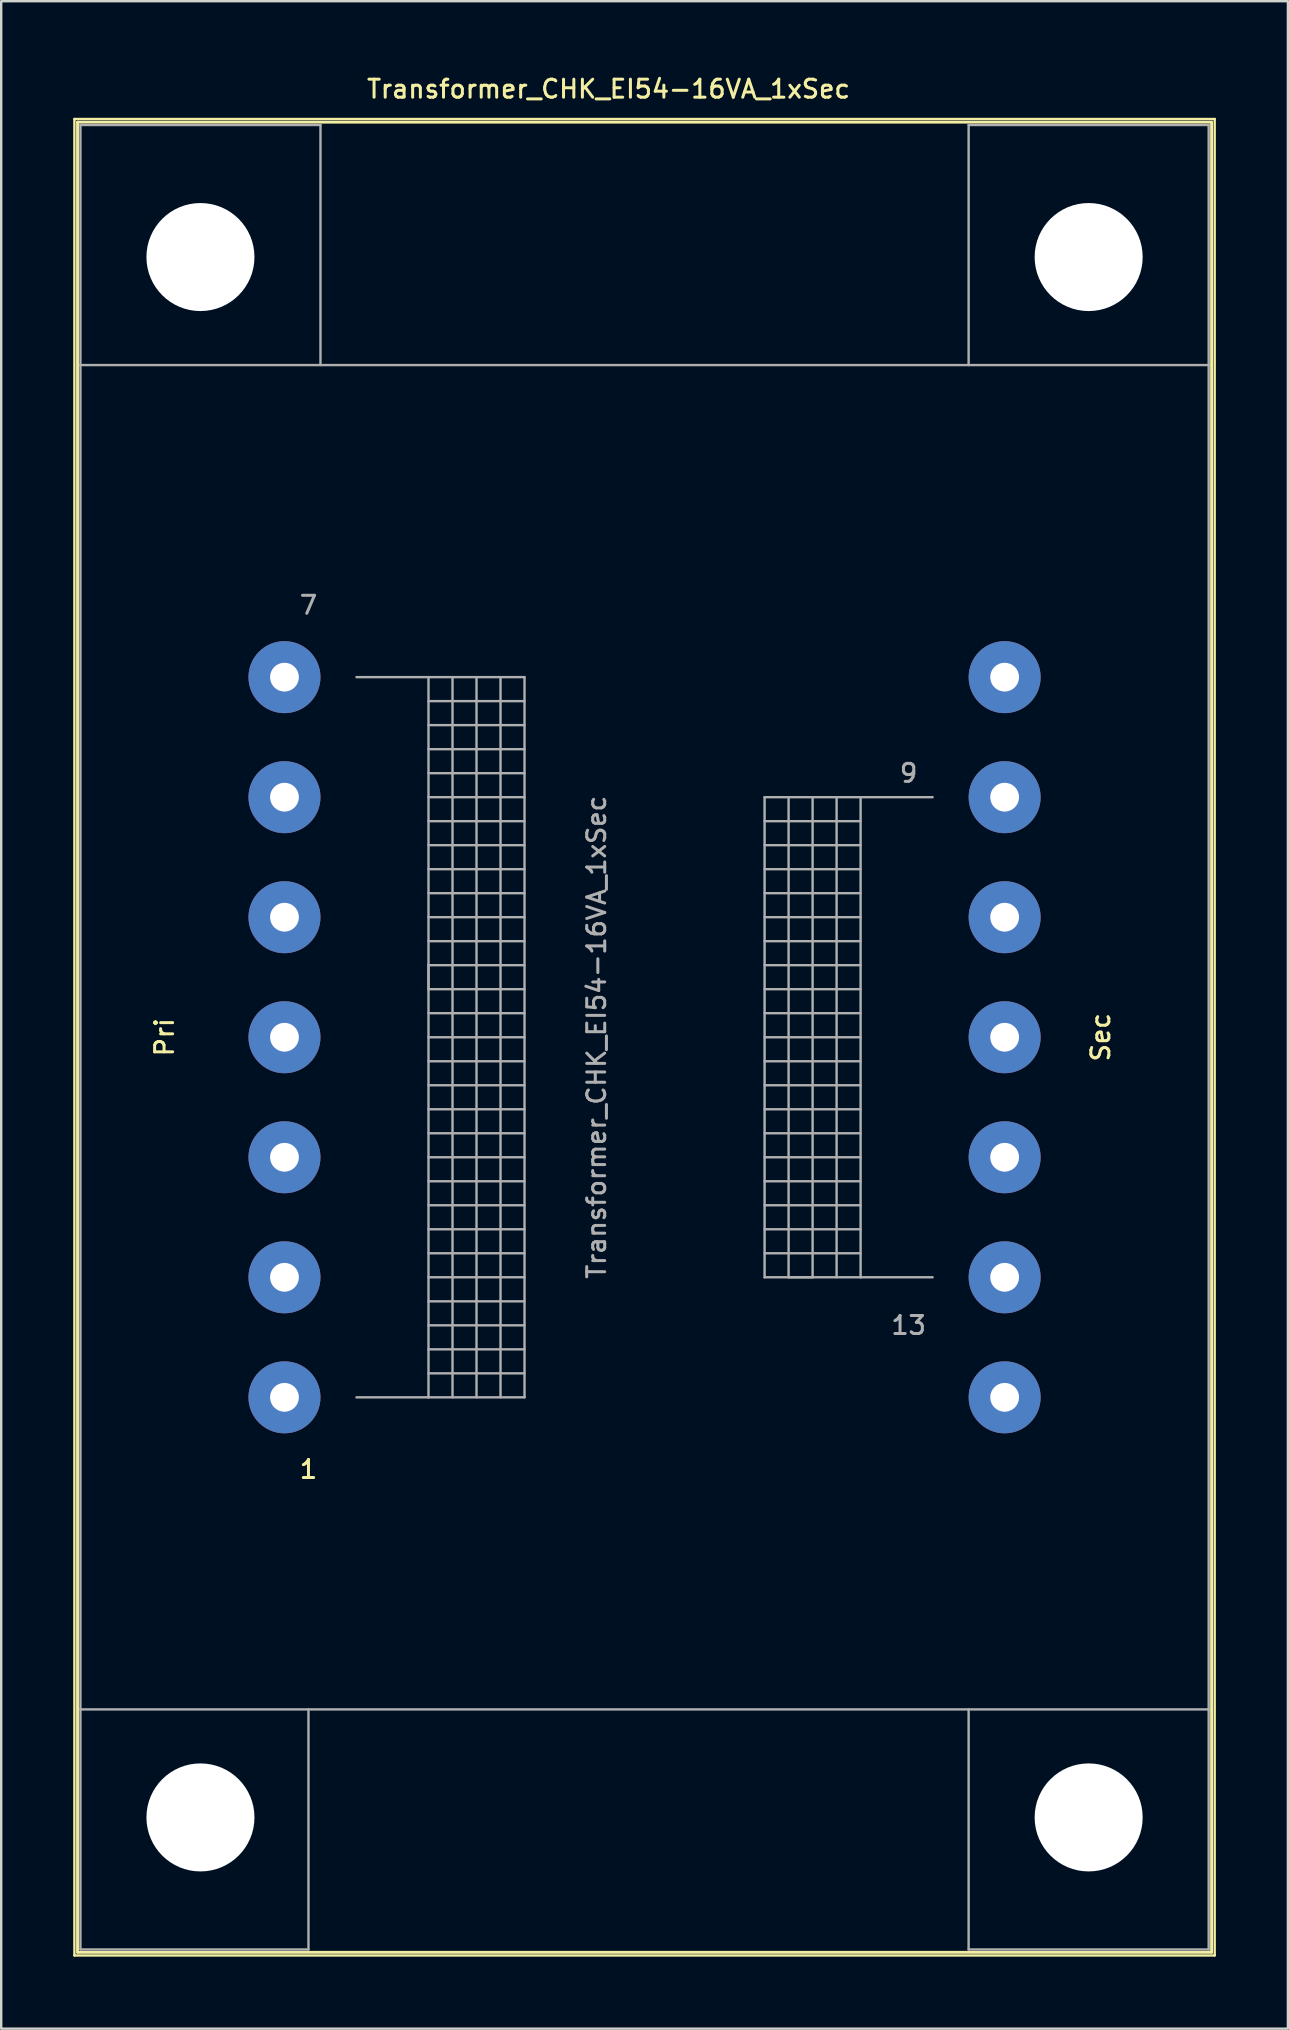
<source format=kicad_pcb>
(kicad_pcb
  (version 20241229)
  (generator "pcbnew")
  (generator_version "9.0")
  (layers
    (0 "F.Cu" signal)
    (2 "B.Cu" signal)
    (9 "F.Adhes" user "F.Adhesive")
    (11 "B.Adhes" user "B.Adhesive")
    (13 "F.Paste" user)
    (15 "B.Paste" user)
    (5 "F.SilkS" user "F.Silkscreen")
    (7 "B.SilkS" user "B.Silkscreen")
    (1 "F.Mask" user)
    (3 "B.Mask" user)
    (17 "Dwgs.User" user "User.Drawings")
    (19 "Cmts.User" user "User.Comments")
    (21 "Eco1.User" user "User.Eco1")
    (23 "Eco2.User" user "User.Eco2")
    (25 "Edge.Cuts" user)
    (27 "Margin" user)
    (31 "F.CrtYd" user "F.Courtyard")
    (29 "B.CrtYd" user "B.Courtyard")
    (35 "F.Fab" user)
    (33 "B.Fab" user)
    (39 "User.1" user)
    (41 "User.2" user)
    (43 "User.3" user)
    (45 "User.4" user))
  (footprint "Transformer_CHK_EI54-16VA_1xSec"
    (layer "F.Cu")
    (at 8.8 55.158)
    (property "Reference" "Transformer_CHK_EI54-16VA_1xSec" (at 13.5 -54.5 0) (layer "F.SilkS") (effects (font (size 0.75 0.75) (thickness 0.125))))
    (attr through_hole)
    (fp_line (start -8.75 -53.25) (end -8.75 23.25) (stroke (width 0.1) (type solid)) (layer "F.SilkS"))
    (fp_line (start -8.75 -53.25) (end 38.75 -53.25) (stroke (width 0.1) (type solid)) (layer "F.SilkS"))
    (fp_line (start -8.62 -53.12) (end -8.62 23.12) (stroke (width 0.12) (type solid)) (layer "F.SilkS"))
    (fp_line (start -8.62 -53.12) (end 38.62 -53.12) (stroke (width 0.12) (type solid)) (layer "F.SilkS"))
    (fp_line (start 38.62 23.12) (end -8.62 23.12) (stroke (width 0.12) (type solid)) (layer "F.SilkS"))
    (fp_line (start 38.62 23.12) (end 38.62 -53.12) (stroke (width 0.12) (type solid)) (layer "F.SilkS"))
    (fp_line (start 38.75 23.25) (end -8.75 23.25) (stroke (width 0.1) (type solid)) (layer "F.SilkS"))
    (fp_line (start 38.75 23.25) (end 38.75 -53.25) (stroke (width 0.1) (type solid)) (layer "F.SilkS"))
    (fp_line (start -8.5 -53) (end 1.5 -53) (stroke (width 0.1) (type solid)) (layer "F.Fab"))
    (fp_line (start -8.5 -43) (end -8.5 -53) (stroke (width 0.1) (type solid)) (layer "F.Fab"))
    (fp_line (start -8.5 -43) (end -8.5 13) (stroke (width 0.1) (type solid)) (layer "F.Fab"))
    (fp_line (start -8.5 13) (end -8.5 23) (stroke (width 0.1) (type solid)) (layer "F.Fab"))
    (fp_line (start -8.5 13) (end 38.5 13) (stroke (width 0.1) (type solid)) (layer "F.Fab"))
    (fp_line (start -8.5 23) (end 1 23) (stroke (width 0.1) (type solid)) (layer "F.Fab"))
    (fp_line (start 1 23) (end 1 13) (stroke (width 0.1) (type solid)) (layer "F.Fab"))
    (fp_line (start 1.5 -53) (end 1.5 -43) (stroke (width 0.1) (type solid)) (layer "F.Fab"))
    (fp_line (start 3 -30) (end 6 -30) (stroke (width 0.1) (type solid)) (layer "F.Fab"))
    (fp_line (start 6 -30) (end 6 0) (stroke (width 0.1) (type solid)) (layer "F.Fab"))
    (fp_line (start 6 -30) (end 10 -30) (stroke (width 0.1) (type solid)) (layer "F.Fab"))
    (fp_line (start 6 -29) (end 10 -29) (stroke (width 0.1) (type solid)) (layer "F.Fab"))
    (fp_line (start 6 -27) (end 10 -27) (stroke (width 0.1) (type solid)) (layer "F.Fab"))
    (fp_line (start 6 -25) (end 10 -25) (stroke (width 0.1) (type solid)) (layer "F.Fab"))
    (fp_line (start 6 -23) (end 10 -23) (stroke (width 0.1) (type solid)) (layer "F.Fab"))
    (fp_line (start 6 -21) (end 10 -21) (stroke (width 0.1) (type solid)) (layer "F.Fab"))
    (fp_line (start 6 -19) (end 10 -19) (stroke (width 0.1) (type solid)) (layer "F.Fab"))
    (fp_line (start 6 -18) (end 6 -17) (stroke (width 0.1) (type solid)) (layer "F.Fab"))
    (fp_line (start 6 -17) (end 10 -17) (stroke (width 0.1) (type solid)) (layer "F.Fab"))
    (fp_line (start 6 -15) (end 10 -15) (stroke (width 0.1) (type solid)) (layer "F.Fab"))
    (fp_line (start 6 -13) (end 10 -13) (stroke (width 0.1) (type solid)) (layer "F.Fab"))
    (fp_line (start 6 -11) (end 10 -11) (stroke (width 0.1) (type solid)) (layer "F.Fab"))
    (fp_line (start 6 -9) (end 10 -9) (stroke (width 0.1) (type solid)) (layer "F.Fab"))
    (fp_line (start 6 -7) (end 10 -7) (stroke (width 0.1) (type solid)) (layer "F.Fab"))
    (fp_line (start 6 -5) (end 10 -5) (stroke (width 0.1) (type solid)) (layer "F.Fab"))
    (fp_line (start 6 -3) (end 10 -3) (stroke (width 0.1) (type solid)) (layer "F.Fab"))
    (fp_line (start 6 -1) (end 10 -1) (stroke (width 0.1) (type solid)) (layer "F.Fab"))
    (fp_line (start 6 0) (end 3 0) (stroke (width 0.1) (type solid)) (layer "F.Fab"))
    (fp_line (start 7 0) (end 7 -30) (stroke (width 0.1) (type solid)) (layer "F.Fab"))
    (fp_line (start 8 -30) (end 8 0) (stroke (width 0.1) (type solid)) (layer "F.Fab"))
    (fp_line (start 9 0) (end 9 -30) (stroke (width 0.1) (type solid)) (layer "F.Fab"))
    (fp_line (start 10 -30) (end 10 0) (stroke (width 0.1) (type solid)) (layer "F.Fab"))
    (fp_line (start 10 -28) (end 6 -28) (stroke (width 0.1) (type solid)) (layer "F.Fab"))
    (fp_line (start 10 -26) (end 6 -26) (stroke (width 0.1) (type solid)) (layer "F.Fab"))
    (fp_line (start 10 -24) (end 6 -24) (stroke (width 0.1) (type solid)) (layer "F.Fab"))
    (fp_line (start 10 -22) (end 6 -22) (stroke (width 0.1) (type solid)) (layer "F.Fab"))
    (fp_line (start 10 -20) (end 6 -20) (stroke (width 0.1) (type solid)) (layer "F.Fab"))
    (fp_line (start 10 -18) (end 6 -18) (stroke (width 0.1) (type solid)) (layer "F.Fab"))
    (fp_line (start 10 -16) (end 6 -16) (stroke (width 0.1) (type solid)) (layer "F.Fab"))
    (fp_line (start 10 -14) (end 6 -14) (stroke (width 0.1) (type solid)) (layer "F.Fab"))
    (fp_line (start 10 -12) (end 6 -12) (stroke (width 0.1) (type solid)) (layer "F.Fab"))
    (fp_line (start 10 -10) (end 6 -10) (stroke (width 0.1) (type solid)) (layer "F.Fab"))
    (fp_line (start 10 -8) (end 6 -8) (stroke (width 0.1) (type solid)) (layer "F.Fab"))
    (fp_line (start 10 -6) (end 6 -6) (stroke (width 0.1) (type solid)) (layer "F.Fab"))
    (fp_line (start 10 -4) (end 6 -4) (stroke (width 0.1) (type solid)) (layer "F.Fab"))
    (fp_line (start 10 -2) (end 6 -2) (stroke (width 0.1) (type solid)) (layer "F.Fab"))
    (fp_line (start 10 0) (end 6 0) (stroke (width 0.1) (type solid)) (layer "F.Fab"))
    (fp_line (start 20 -25) (end 20 -5) (stroke (width 0.1) (type solid)) (layer "F.Fab"))
    (fp_line (start 20 -24) (end 24 -24) (stroke (width 0.1) (type solid)) (layer "F.Fab"))
    (fp_line (start 20 -22) (end 24 -22) (stroke (width 0.1) (type solid)) (layer "F.Fab"))
    (fp_line (start 20 -20) (end 24 -20) (stroke (width 0.1) (type solid)) (layer "F.Fab"))
    (fp_line (start 20 -18) (end 24 -18) (stroke (width 0.1) (type solid)) (layer "F.Fab"))
    (fp_line (start 20 -16) (end 24 -16) (stroke (width 0.1) (type solid)) (layer "F.Fab"))
    (fp_line (start 20 -14) (end 24 -14) (stroke (width 0.1) (type solid)) (layer "F.Fab"))
    (fp_line (start 20 -12) (end 24 -12) (stroke (width 0.1) (type solid)) (layer "F.Fab"))
    (fp_line (start 20 -10) (end 24 -10) (stroke (width 0.1) (type solid)) (layer "F.Fab"))
    (fp_line (start 20 -8) (end 24 -8) (stroke (width 0.1) (type solid)) (layer "F.Fab"))
    (fp_line (start 20 -6) (end 24 -6) (stroke (width 0.1) (type solid)) (layer "F.Fab"))
    (fp_line (start 20 -5) (end 24 -5) (stroke (width 0.1) (type solid)) (layer "F.Fab"))
    (fp_line (start 21 -5) (end 21 -25) (stroke (width 0.1) (type solid)) (layer "F.Fab"))
    (fp_line (start 22 -25) (end 22 -5) (stroke (width 0.1) (type solid)) (layer "F.Fab"))
    (fp_line (start 22 -5) (end 21 -5) (stroke (width 0.1) (type solid)) (layer "F.Fab"))
    (fp_line (start 23 -5) (end 23 -25) (stroke (width 0.1) (type solid)) (layer "F.Fab"))
    (fp_line (start 24 -25) (end 20 -25) (stroke (width 0.1) (type solid)) (layer "F.Fab"))
    (fp_line (start 24 -25) (end 24 -5) (stroke (width 0.1) (type solid)) (layer "F.Fab"))
    (fp_line (start 24 -23) (end 20 -23) (stroke (width 0.1) (type solid)) (layer "F.Fab"))
    (fp_line (start 24 -21) (end 20 -21) (stroke (width 0.1) (type solid)) (layer "F.Fab"))
    (fp_line (start 24 -19) (end 20 -19) (stroke (width 0.1) (type solid)) (layer "F.Fab"))
    (fp_line (start 24 -17) (end 20 -17) (stroke (width 0.1) (type solid)) (layer "F.Fab"))
    (fp_line (start 24 -15) (end 20 -15) (stroke (width 0.1) (type solid)) (layer "F.Fab"))
    (fp_line (start 24 -13) (end 20 -13) (stroke (width 0.1) (type solid)) (layer "F.Fab"))
    (fp_line (start 24 -11) (end 20 -11) (stroke (width 0.1) (type solid)) (layer "F.Fab"))
    (fp_line (start 24 -9) (end 20 -9) (stroke (width 0.1) (type solid)) (layer "F.Fab"))
    (fp_line (start 24 -7) (end 20 -7) (stroke (width 0.1) (type solid)) (layer "F.Fab"))
    (fp_line (start 24 -5) (end 27 -5) (stroke (width 0.1) (type solid)) (layer "F.Fab"))
    (fp_line (start 27 -25) (end 24 -25) (stroke (width 0.1) (type solid)) (layer "F.Fab"))
    (fp_line (start 28.5 -53) (end 28.5 -43) (stroke (width 0.1) (type solid)) (layer "F.Fab"))
    (fp_line (start 28.5 23) (end 28.5 13) (stroke (width 0.1) (type solid)) (layer "F.Fab"))
    (fp_line (start 38.5 -53) (end 28.5 -53) (stroke (width 0.1) (type solid)) (layer "F.Fab"))
    (fp_line (start 38.5 -43) (end -8.5 -43) (stroke (width 0.1) (type solid)) (layer "F.Fab"))
    (fp_line (start 38.5 -43) (end 38.5 -53) (stroke (width 0.1) (type solid)) (layer "F.Fab"))
    (fp_line (start 38.5 13) (end 38.5 -43) (stroke (width 0.1) (type solid)) (layer "F.Fab"))
    (fp_line (start 38.5 13) (end 38.5 23) (stroke (width 0.1) (type solid)) (layer "F.Fab"))
    (fp_line (start 38.5 23) (end 28.5 23) (stroke (width 0.1) (type solid)) (layer "F.Fab"))
    (fp_text user "1" (at 1 3 0) (layer "F.SilkS") (effects (font (size 0.75 0.75) (thickness 0.125))))
    (fp_text user "Sec" (at 34 -15 90) (layer "F.SilkS") (effects (font (size 0.75 0.75) (thickness 0.125))))
    (fp_text user "Pri" (at -5 -15 90) (layer "F.SilkS") (effects (font (size 0.75 0.75) (thickness 0.125))))
    (fp_text user "7" (at 1 -33 0) (layer "F.Fab") (effects (font (size 0.75 0.75) (thickness 0.125))))
    (fp_text user "9" (at 26 -26 0) (layer "F.Fab") (effects (font (size 0.75 0.75) (thickness 0.125))))
    (fp_text user "13" (at 26 -3 0) (layer "F.Fab") (effects (font (size 0.75 0.75) (thickness 0.125))))
    (fp_text user "${REFERENCE}" (at 13 -15 90) (layer "F.Fab") (effects (font (size 0.75 0.75) (thickness 0.125))))
    (pad "" np_thru_hole circle (at -3.5 -47.5) (size 4.5 4.5) (drill 4.5) (layers "*.Cu" "*.Mask"))
    (pad "" np_thru_hole circle (at -3.5 17.5) (size 4.5 4.5) (drill 4.5) (layers "*.Cu" "*.Mask"))
    (pad "" np_thru_hole circle (at 33.5 -47.5) (size 4.5 4.5) (drill 4.5) (layers "*.Cu" "*.Mask"))
    (pad "" np_thru_hole circle (at 33.5 17.5) (size 4.5 4.5) (drill 4.5) (layers "*.Cu" "*.Mask"))
    (pad "1" thru_hole circle (at 0 0) (size 3 3) (drill 1.2) (layers "*.Cu" "*.Mask"))
    (pad "2" thru_hole circle (at 0 -5) (size 3 3) (drill 1.2) (layers "*.Cu" "*.Mask"))
    (pad "3" thru_hole circle (at 0 -10) (size 3 3) (drill 1.2) (layers "*.Cu" "*.Mask"))
    (pad "4" thru_hole circle (at 0 -15) (size 3 3) (drill 1.2) (layers "*.Cu" "*.Mask"))
    (pad "5" thru_hole circle (at 0 -20) (size 3 3) (drill 1.2) (layers "*.Cu" "*.Mask"))
    (pad "6" thru_hole circle (at 0 -25) (size 3 3) (drill 1.2) (layers "*.Cu" "*.Mask"))
    (pad "7" thru_hole circle (at 0 -30) (size 3 3) (drill 1.2) (layers "*.Cu" "*.Mask"))
    (pad "8" thru_hole circle (at 30 -30) (size 3 3) (drill 1.2) (layers "*.Cu" "*.Mask"))
    (pad "9" thru_hole circle (at 30 -25) (size 3 3) (drill 1.2) (layers "*.Cu" "*.Mask"))
    (pad "10" thru_hole circle (at 30 -20) (size 3 3) (drill 1.2) (layers "*.Cu" "*.Mask"))
    (pad "11" thru_hole circle (at 30 -15) (size 3 3) (drill 1.2) (layers "*.Cu" "*.Mask"))
    (pad "12" thru_hole circle (at 30 -10) (size 3 3) (drill 1.2) (layers "*.Cu" "*.Mask"))
    (pad "13" thru_hole circle (at 30 -5) (size 3 3) (drill 1.2) (layers "*.Cu" "*.Mask"))
    (pad "14" thru_hole circle (at 30 0) (size 3 3) (drill 1.2) (layers "*.Cu" "*.Mask")))
  (gr_rect
    (start -3 -3)
    (end 50.6 81.458)
    (stroke (width 0.1) (type default))
    (fill no)
    (layer "Edge.Cuts")))
</source>
